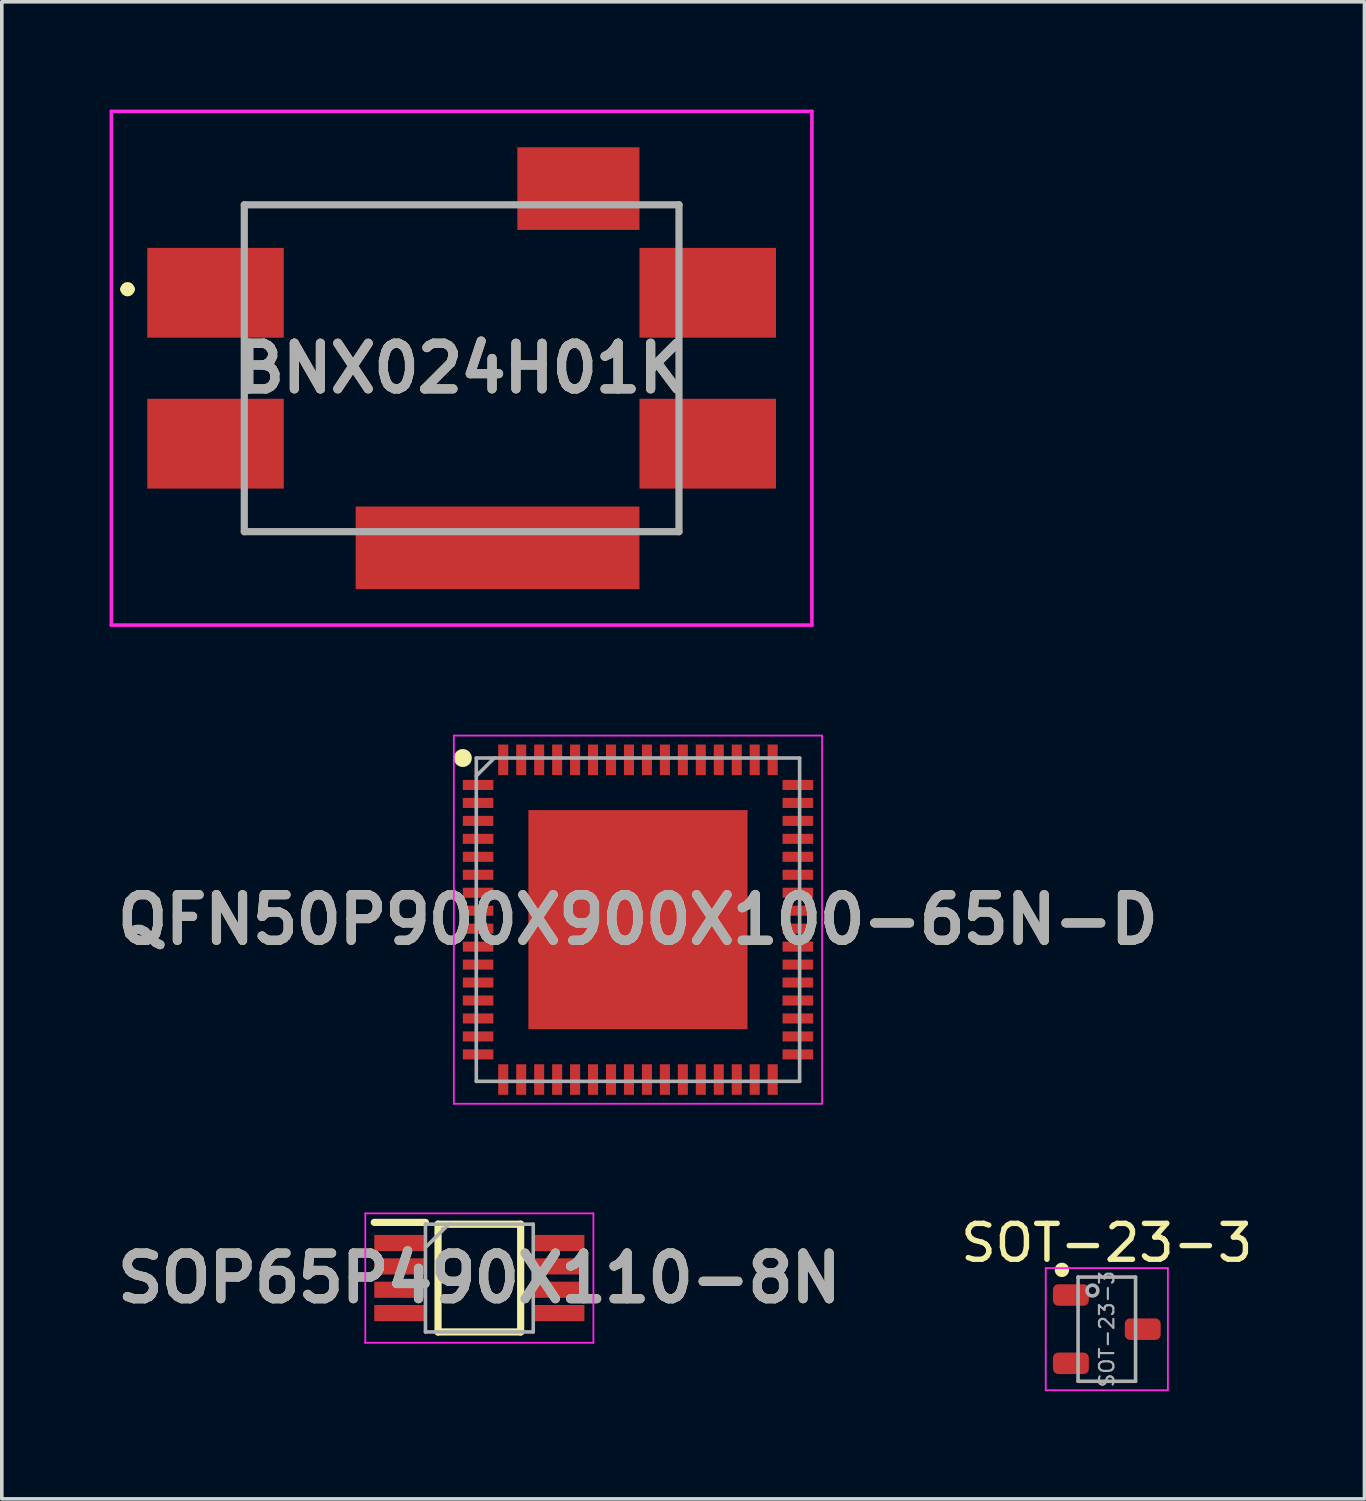
<source format=kicad_pcb>
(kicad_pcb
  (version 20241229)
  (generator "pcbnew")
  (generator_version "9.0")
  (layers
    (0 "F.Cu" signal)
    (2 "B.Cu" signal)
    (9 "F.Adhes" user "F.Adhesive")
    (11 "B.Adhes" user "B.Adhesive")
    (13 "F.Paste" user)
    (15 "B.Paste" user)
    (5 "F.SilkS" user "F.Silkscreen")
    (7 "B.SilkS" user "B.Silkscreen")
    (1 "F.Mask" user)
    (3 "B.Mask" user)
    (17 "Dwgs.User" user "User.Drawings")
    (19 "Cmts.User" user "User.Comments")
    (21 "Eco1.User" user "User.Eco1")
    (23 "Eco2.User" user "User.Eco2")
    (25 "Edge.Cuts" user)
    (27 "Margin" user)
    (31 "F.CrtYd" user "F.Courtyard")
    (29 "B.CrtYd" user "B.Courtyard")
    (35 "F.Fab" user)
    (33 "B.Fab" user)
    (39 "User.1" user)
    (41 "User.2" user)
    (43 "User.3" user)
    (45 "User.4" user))
  (footprint "BNX024H01K"
    (layer "F.Cu")
    (at 9.8 7.2)
    (property "Reference" "BNX024H01K" (at 0 0 0) (layer "F.SilkS") (effects (font (size 1.27 1.27) (thickness 0.254))))
    (attr smd)
    (fp_line (start -9.4 -2.2) (end -9.4 -2.2) (stroke (width 0.2) (type solid)) (layer "F.SilkS"))
    (fp_line (start -9.2 -2.2) (end -9.2 -2.2) (stroke (width 0.2) (type solid)) (layer "F.SilkS"))
    (fp_line (start -6.05 -4.55) (end 1 -4.55) (stroke (width 0.1) (type solid)) (layer "F.SilkS"))
    (fp_line (start -6.05 -4.5) (end -6.05 -4.55) (stroke (width 0.1) (type solid)) (layer "F.SilkS"))
    (fp_line (start -6.05 -4) (end -6.05 -4.5) (stroke (width 0.1) (type solid)) (layer "F.SilkS"))
    (fp_line (start -6.05 4) (end -6.05 4.55) (stroke (width 0.1) (type solid)) (layer "F.SilkS"))
    (fp_line (start -6.05 4.55) (end -4 4.55) (stroke (width 0.1) (type solid)) (layer "F.SilkS"))
    (fp_line (start 5.5 -4.55) (end 6.05 -4.55) (stroke (width 0.1) (type solid)) (layer "F.SilkS"))
    (fp_line (start 5.5 4.55) (end 6.05 4.55) (stroke (width 0.1) (type solid)) (layer "F.SilkS"))
    (fp_line (start 6.05 -4.55) (end 6.05 -4) (stroke (width 0.1) (type solid)) (layer "F.SilkS"))
    (fp_line (start 6.05 4.55) (end 6.05 4) (stroke (width 0.1) (type solid)) (layer "F.SilkS"))
    (fp_arc (start -9.4 -2.2) (mid -9.3 -2.3) (end -9.2 -2.2) (stroke (width 0.2) (type solid)) (layer "F.SilkS"))
    (fp_arc (start -9.2 -2.2) (mid -9.3 -2.1) (end -9.4 -2.2) (stroke (width 0.2) (type solid)) (layer "F.SilkS"))
    (fp_line (start -9.75 -7.15) (end 9.75 -7.15) (stroke (width 0.1) (type solid)) (layer "F.CrtYd"))
    (fp_line (start -9.75 7.15) (end -9.75 -7.15) (stroke (width 0.1) (type solid)) (layer "F.CrtYd"))
    (fp_line (start 9.75 -7.15) (end 9.75 7.15) (stroke (width 0.1) (type solid)) (layer "F.CrtYd"))
    (fp_line (start 9.75 7.15) (end -9.75 7.15) (stroke (width 0.1) (type solid)) (layer "F.CrtYd"))
    (fp_line (start -6.05 -4.55) (end 6.05 -4.55) (stroke (width 0.2) (type solid)) (layer "F.Fab"))
    (fp_line (start -6.05 4.55) (end -6.05 -4.55) (stroke (width 0.2) (type solid)) (layer "F.Fab"))
    (fp_line (start 6.05 -4.55) (end 6.05 4.55) (stroke (width 0.2) (type solid)) (layer "F.Fab"))
    (fp_line (start 6.05 4.55) (end -6.05 4.55) (stroke (width 0.2) (type solid)) (layer "F.Fab"))
    (fp_text user "${REFERENCE}" (at 0 0 0) (layer "F.Fab") (effects (font (size 1.27 1.27) (thickness 0.254))))
    (pad "1" smd rect (at -6.85 -2.1 90) (size 2.5 3.8) (layers "F.Cu" "F.Mask" "F.Paste"))
    (pad "2" smd rect (at 6.85 -2.1 90) (size 2.5 3.8) (layers "F.Cu" "F.Mask" "F.Paste"))
    (pad "3" smd rect (at -6.85 2.1 90) (size 2.5 3.8) (layers "F.Cu" "F.Mask" "F.Paste"))
    (pad "4" smd rect (at 1 5 90) (size 2.3 7.9) (layers "F.Cu" "F.Mask" "F.Paste"))
    (pad "4" smd rect (at 3.25 -5 90) (size 2.3 3.4) (layers "F.Cu" "F.Mask" "F.Paste"))
    (pad "4" smd rect (at 6.85 2.1 90) (size 2.5 3.8) (layers "F.Cu" "F.Mask" "F.Paste")))
  (footprint "SOT-23-3"
    (layer "F.Cu")
    (at 27.759 33.948)
    (property "Reference" "SOT-23-3" (at 0 -2.4 0) (layer "F.SilkS") (effects (font (size 1 1) (thickness 0.15))))
    (attr smd)
    (fp_circle (center -1.25 -1.65) (end -1.1 -1.65) (stroke (width 0.1) (type solid)) (fill yes) (layer "F.SilkS"))
    (fp_line (start -1.7 -1.7) (end -1.7 1.7) (stroke (width 0.05) (type solid)) (layer "F.CrtYd"))
    (fp_line (start -1.7 1.7) (end 1.7 1.7) (stroke (width 0.05) (type solid)) (layer "F.CrtYd"))
    (fp_line (start 1.7 -1.7) (end -1.7 -1.7) (stroke (width 0.05) (type solid)) (layer "F.CrtYd"))
    (fp_line (start 1.7 1.7) (end 1.7 -1.7) (stroke (width 0.05) (type solid)) (layer "F.CrtYd"))
    (fp_line (start -0.8 -1.45) (end 0.8 -1.45) (stroke (width 0.1) (type solid)) (layer "F.Fab"))
    (fp_line (start -0.8 1.45) (end -0.8 -1.45) (stroke (width 0.1) (type solid)) (layer "F.Fab"))
    (fp_line (start 0.8 -1.45) (end 0.8 1.45) (stroke (width 0.1) (type solid)) (layer "F.Fab"))
    (fp_line (start 0.8 1.45) (end -0.8 1.45) (stroke (width 0.1) (type solid)) (layer "F.Fab"))
    (fp_circle (center -0.4 -1.075) (end -0.25 -1.075) (stroke (width 0.1) (type solid)) (fill no) (layer "F.Fab"))
    (fp_text user "${REFERENCE}" (at 0 0 90) (layer "F.Fab") (effects (font (size 0.4 0.4) (thickness 0.06))))
    (pad "1" smd roundrect (at -1 -0.95) (size 1 0.6) (layers "F.Cu" "F.Mask" "F.Paste") (roundrect_rratio 0.25))
    (pad "2" smd roundrect (at -1 0.95) (size 1 0.6) (layers "F.Cu" "F.Mask" "F.Paste") (roundrect_rratio 0.25))
    (pad "3" smd roundrect (at 1 0) (size 1 0.6) (layers "F.Cu" "F.Mask" "F.Paste") (roundrect_rratio 0.25)))
  (footprint "QFN50P900X900X100-65N-D"
    (layer "F.Cu")
    (at 14.708 22.55)
    (property "Reference" "QFN50P900X900X100-65N-D" (at 0 0 0) (layer "F.SilkS") (effects (font (size 1.27 1.27) (thickness 0.254))))
    (attr smd)
    (fp_circle (center -4.875 -4.5) (end -4.875 -4.375) (stroke (width 0.25) (type solid)) (fill no) (layer "F.SilkS"))
    (fp_line (start -5.125 -5.125) (end 5.125 -5.125) (stroke (width 0.05) (type solid)) (layer "F.CrtYd"))
    (fp_line (start -5.125 5.125) (end -5.125 -5.125) (stroke (width 0.05) (type solid)) (layer "F.CrtYd"))
    (fp_line (start 5.125 -5.125) (end 5.125 5.125) (stroke (width 0.05) (type solid)) (layer "F.CrtYd"))
    (fp_line (start 5.125 5.125) (end -5.125 5.125) (stroke (width 0.05) (type solid)) (layer "F.CrtYd"))
    (fp_line (start -4.5 -4.5) (end 4.5 -4.5) (stroke (width 0.1) (type solid)) (layer "F.Fab"))
    (fp_line (start -4.5 -4) (end -4 -4.5) (stroke (width 0.1) (type solid)) (layer "F.Fab"))
    (fp_line (start -4.5 4.5) (end -4.5 -4.5) (stroke (width 0.1) (type solid)) (layer "F.Fab"))
    (fp_line (start 4.5 -4.5) (end 4.5 4.5) (stroke (width 0.1) (type solid)) (layer "F.Fab"))
    (fp_line (start 4.5 4.5) (end -4.5 4.5) (stroke (width 0.1) (type solid)) (layer "F.Fab"))
    (fp_text user "${REFERENCE}" (at 0 0 0) (layer "F.Fab") (effects (font (size 1.27 1.27) (thickness 0.254))))
    (pad "1" smd rect (at -4.45 -3.75 90) (size 0.28 0.85) (layers "F.Cu" "F.Mask" "F.Paste"))
    (pad "2" smd rect (at -4.45 -3.25 90) (size 0.28 0.85) (layers "F.Cu" "F.Mask" "F.Paste"))
    (pad "3" smd rect (at -4.45 -2.75 90) (size 0.28 0.85) (layers "F.Cu" "F.Mask" "F.Paste"))
    (pad "4" smd rect (at -4.45 -2.25 90) (size 0.28 0.85) (layers "F.Cu" "F.Mask" "F.Paste"))
    (pad "5" smd rect (at -4.45 -1.75 90) (size 0.28 0.85) (layers "F.Cu" "F.Mask" "F.Paste"))
    (pad "6" smd rect (at -4.45 -1.25 90) (size 0.28 0.85) (layers "F.Cu" "F.Mask" "F.Paste"))
    (pad "7" smd rect (at -4.45 -0.75 90) (size 0.28 0.85) (layers "F.Cu" "F.Mask" "F.Paste"))
    (pad "8" smd rect (at -4.45 -0.25 90) (size 0.28 0.85) (layers "F.Cu" "F.Mask" "F.Paste"))
    (pad "9" smd rect (at -4.45 0.25 90) (size 0.28 0.85) (layers "F.Cu" "F.Mask" "F.Paste"))
    (pad "10" smd rect (at -4.45 0.75 90) (size 0.28 0.85) (layers "F.Cu" "F.Mask" "F.Paste"))
    (pad "11" smd rect (at -4.45 1.25 90) (size 0.28 0.85) (layers "F.Cu" "F.Mask" "F.Paste"))
    (pad "12" smd rect (at -4.45 1.75 90) (size 0.28 0.85) (layers "F.Cu" "F.Mask" "F.Paste"))
    (pad "13" smd rect (at -4.45 2.25 90) (size 0.28 0.85) (layers "F.Cu" "F.Mask" "F.Paste"))
    (pad "14" smd rect (at -4.45 2.75 90) (size 0.28 0.85) (layers "F.Cu" "F.Mask" "F.Paste"))
    (pad "15" smd rect (at -4.45 3.25 90) (size 0.28 0.85) (layers "F.Cu" "F.Mask" "F.Paste"))
    (pad "16" smd rect (at -4.45 3.75 90) (size 0.28 0.85) (layers "F.Cu" "F.Mask" "F.Paste"))
    (pad "17" smd rect (at -3.75 4.45) (size 0.28 0.85) (layers "F.Cu" "F.Mask" "F.Paste"))
    (pad "18" smd rect (at -3.25 4.45) (size 0.28 0.85) (layers "F.Cu" "F.Mask" "F.Paste"))
    (pad "19" smd rect (at -2.75 4.45) (size 0.28 0.85) (layers "F.Cu" "F.Mask" "F.Paste"))
    (pad "20" smd rect (at -2.25 4.45) (size 0.28 0.85) (layers "F.Cu" "F.Mask" "F.Paste"))
    (pad "21" smd rect (at -1.75 4.45) (size 0.28 0.85) (layers "F.Cu" "F.Mask" "F.Paste"))
    (pad "22" smd rect (at -1.25 4.45) (size 0.28 0.85) (layers "F.Cu" "F.Mask" "F.Paste"))
    (pad "23" smd rect (at -0.75 4.45) (size 0.28 0.85) (layers "F.Cu" "F.Mask" "F.Paste"))
    (pad "24" smd rect (at -0.25 4.45) (size 0.28 0.85) (layers "F.Cu" "F.Mask" "F.Paste"))
    (pad "25" smd rect (at 0.25 4.45) (size 0.28 0.85) (layers "F.Cu" "F.Mask" "F.Paste"))
    (pad "26" smd rect (at 0.75 4.45) (size 0.28 0.85) (layers "F.Cu" "F.Mask" "F.Paste"))
    (pad "27" smd rect (at 1.25 4.45) (size 0.28 0.85) (layers "F.Cu" "F.Mask" "F.Paste"))
    (pad "28" smd rect (at 1.75 4.45) (size 0.28 0.85) (layers "F.Cu" "F.Mask" "F.Paste"))
    (pad "29" smd rect (at 2.25 4.45) (size 0.28 0.85) (layers "F.Cu" "F.Mask" "F.Paste"))
    (pad "30" smd rect (at 2.75 4.45) (size 0.28 0.85) (layers "F.Cu" "F.Mask" "F.Paste"))
    (pad "31" smd rect (at 3.25 4.45) (size 0.28 0.85) (layers "F.Cu" "F.Mask" "F.Paste"))
    (pad "32" smd rect (at 3.75 4.45) (size 0.28 0.85) (layers "F.Cu" "F.Mask" "F.Paste"))
    (pad "33" smd rect (at 4.45 3.75 90) (size 0.28 0.85) (layers "F.Cu" "F.Mask" "F.Paste"))
    (pad "34" smd rect (at 4.45 3.25 90) (size 0.28 0.85) (layers "F.Cu" "F.Mask" "F.Paste"))
    (pad "35" smd rect (at 4.45 2.75 90) (size 0.28 0.85) (layers "F.Cu" "F.Mask" "F.Paste"))
    (pad "36" smd rect (at 4.45 2.25 90) (size 0.28 0.85) (layers "F.Cu" "F.Mask" "F.Paste"))
    (pad "37" smd rect (at 4.45 1.75 90) (size 0.28 0.85) (layers "F.Cu" "F.Mask" "F.Paste"))
    (pad "38" smd rect (at 4.45 1.25 90) (size 0.28 0.85) (layers "F.Cu" "F.Mask" "F.Paste"))
    (pad "39" smd rect (at 4.45 0.75 90) (size 0.28 0.85) (layers "F.Cu" "F.Mask" "F.Paste"))
    (pad "40" smd rect (at 4.45 0.25 90) (size 0.28 0.85) (layers "F.Cu" "F.Mask" "F.Paste"))
    (pad "41" smd rect (at 4.45 -0.25 90) (size 0.28 0.85) (layers "F.Cu" "F.Mask" "F.Paste"))
    (pad "42" smd rect (at 4.45 -0.75 90) (size 0.28 0.85) (layers "F.Cu" "F.Mask" "F.Paste"))
    (pad "43" smd rect (at 4.45 -1.25 90) (size 0.28 0.85) (layers "F.Cu" "F.Mask" "F.Paste"))
    (pad "44" smd rect (at 4.45 -1.75 90) (size 0.28 0.85) (layers "F.Cu" "F.Mask" "F.Paste"))
    (pad "45" smd rect (at 4.45 -2.25 90) (size 0.28 0.85) (layers "F.Cu" "F.Mask" "F.Paste"))
    (pad "46" smd rect (at 4.45 -2.75 90) (size 0.28 0.85) (layers "F.Cu" "F.Mask" "F.Paste"))
    (pad "47" smd rect (at 4.45 -3.25 90) (size 0.28 0.85) (layers "F.Cu" "F.Mask" "F.Paste"))
    (pad "48" smd rect (at 4.45 -3.75 90) (size 0.28 0.85) (layers "F.Cu" "F.Mask" "F.Paste"))
    (pad "49" smd rect (at 3.75 -4.45) (size 0.28 0.85) (layers "F.Cu" "F.Mask" "F.Paste"))
    (pad "50" smd rect (at 3.25 -4.45) (size 0.28 0.85) (layers "F.Cu" "F.Mask" "F.Paste"))
    (pad "51" smd rect (at 2.75 -4.45) (size 0.28 0.85) (layers "F.Cu" "F.Mask" "F.Paste"))
    (pad "52" smd rect (at 2.25 -4.45) (size 0.28 0.85) (layers "F.Cu" "F.Mask" "F.Paste"))
    (pad "53" smd rect (at 1.75 -4.45) (size 0.28 0.85) (layers "F.Cu" "F.Mask" "F.Paste"))
    (pad "54" smd rect (at 1.25 -4.45) (size 0.28 0.85) (layers "F.Cu" "F.Mask" "F.Paste"))
    (pad "55" smd rect (at 0.75 -4.45) (size 0.28 0.85) (layers "F.Cu" "F.Mask" "F.Paste"))
    (pad "56" smd rect (at 0.25 -4.45) (size 0.28 0.85) (layers "F.Cu" "F.Mask" "F.Paste"))
    (pad "57" smd rect (at -0.25 -4.45) (size 0.28 0.85) (layers "F.Cu" "F.Mask" "F.Paste"))
    (pad "58" smd rect (at -0.75 -4.45) (size 0.28 0.85) (layers "F.Cu" "F.Mask" "F.Paste"))
    (pad "59" smd rect (at -1.25 -4.45) (size 0.28 0.85) (layers "F.Cu" "F.Mask" "F.Paste"))
    (pad "60" smd rect (at -1.75 -4.45) (size 0.28 0.85) (layers "F.Cu" "F.Mask" "F.Paste"))
    (pad "61" smd rect (at -2.25 -4.45) (size 0.28 0.85) (layers "F.Cu" "F.Mask" "F.Paste"))
    (pad "62" smd rect (at -2.75 -4.45) (size 0.28 0.85) (layers "F.Cu" "F.Mask" "F.Paste"))
    (pad "63" smd rect (at -3.25 -4.45) (size 0.28 0.85) (layers "F.Cu" "F.Mask" "F.Paste"))
    (pad "64" smd rect (at -3.75 -4.45) (size 0.28 0.85) (layers "F.Cu" "F.Mask" "F.Paste"))
    (pad "65" smd rect (at 0 0) (size 6.1 6.1) (layers "F.Cu" "F.Mask" "F.Paste")))
  (footprint "SOP65P490X110-8N"
    (layer "F.Cu")
    (at 10.293 32.526)
    (property "Reference" "SOP65P490X110-8N" (at 0 0 0) (layer "F.SilkS") (effects (font (size 1.27 1.27) (thickness 0.254))))
    (attr smd)
    (fp_line (start -2.925 -1.55) (end -1.5 -1.55) (stroke (width 0.2) (type solid)) (layer "F.SilkS"))
    (fp_line (start -1.15 -1.5) (end 1.15 -1.5) (stroke (width 0.2) (type solid)) (layer "F.SilkS"))
    (fp_line (start -1.15 1.5) (end -1.15 -1.5) (stroke (width 0.2) (type solid)) (layer "F.SilkS"))
    (fp_line (start 1.15 -1.5) (end 1.15 1.5) (stroke (width 0.2) (type solid)) (layer "F.SilkS"))
    (fp_line (start 1.15 1.5) (end -1.15 1.5) (stroke (width 0.2) (type solid)) (layer "F.SilkS"))
    (fp_line (start -3.175 -1.801) (end 3.175 -1.801) (stroke (width 0.05) (type solid)) (layer "F.CrtYd"))
    (fp_line (start -3.175 1.801) (end -3.175 -1.801) (stroke (width 0.05) (type solid)) (layer "F.CrtYd"))
    (fp_line (start 3.175 -1.801) (end 3.175 1.801) (stroke (width 0.05) (type solid)) (layer "F.CrtYd"))
    (fp_line (start 3.175 1.801) (end -3.175 1.801) (stroke (width 0.05) (type solid)) (layer "F.CrtYd"))
    (fp_line (start -1.5 -1.5) (end 1.5 -1.5) (stroke (width 0.1) (type solid)) (layer "F.Fab"))
    (fp_line (start -1.5 -0.85) (end -0.85 -1.5) (stroke (width 0.1) (type solid)) (layer "F.Fab"))
    (fp_line (start -1.5 1.5) (end -1.5 -1.5) (stroke (width 0.1) (type solid)) (layer "F.Fab"))
    (fp_line (start 1.5 -1.5) (end 1.5 1.5) (stroke (width 0.1) (type solid)) (layer "F.Fab"))
    (fp_line (start 1.5 1.5) (end -1.5 1.5) (stroke (width 0.1) (type solid)) (layer "F.Fab"))
    (fp_text user "${REFERENCE}" (at 0 0 0) (layer "F.Fab") (effects (font (size 1.27 1.27) (thickness 0.254))))
    (pad "1" smd rect (at -2.212 -0.975 90) (size 0.45 1.425) (layers "F.Cu" "F.Mask" "F.Paste"))
    (pad "2" smd rect (at -2.212 -0.325 90) (size 0.45 1.425) (layers "F.Cu" "F.Mask" "F.Paste"))
    (pad "3" smd rect (at -2.212 0.325 90) (size 0.45 1.425) (layers "F.Cu" "F.Mask" "F.Paste"))
    (pad "4" smd rect (at -2.212 0.975 90) (size 0.45 1.425) (layers "F.Cu" "F.Mask" "F.Paste"))
    (pad "5" smd rect (at 2.212 0.975 90) (size 0.45 1.425) (layers "F.Cu" "F.Mask" "F.Paste"))
    (pad "6" smd rect (at 2.212 0.325 90) (size 0.45 1.425) (layers "F.Cu" "F.Mask" "F.Paste"))
    (pad "7" smd rect (at 2.212 -0.325 90) (size 0.45 1.425) (layers "F.Cu" "F.Mask" "F.Paste"))
    (pad "8" smd rect (at 2.212 -0.975 90) (size 0.45 1.425) (layers "F.Cu" "F.Mask" "F.Paste")))
  (gr_rect
    (start -3 -3)
    (end 34.931 38.673)
    (stroke (width 0.1) (type default))
    (fill no)
    (layer "Edge.Cuts")))
</source>
